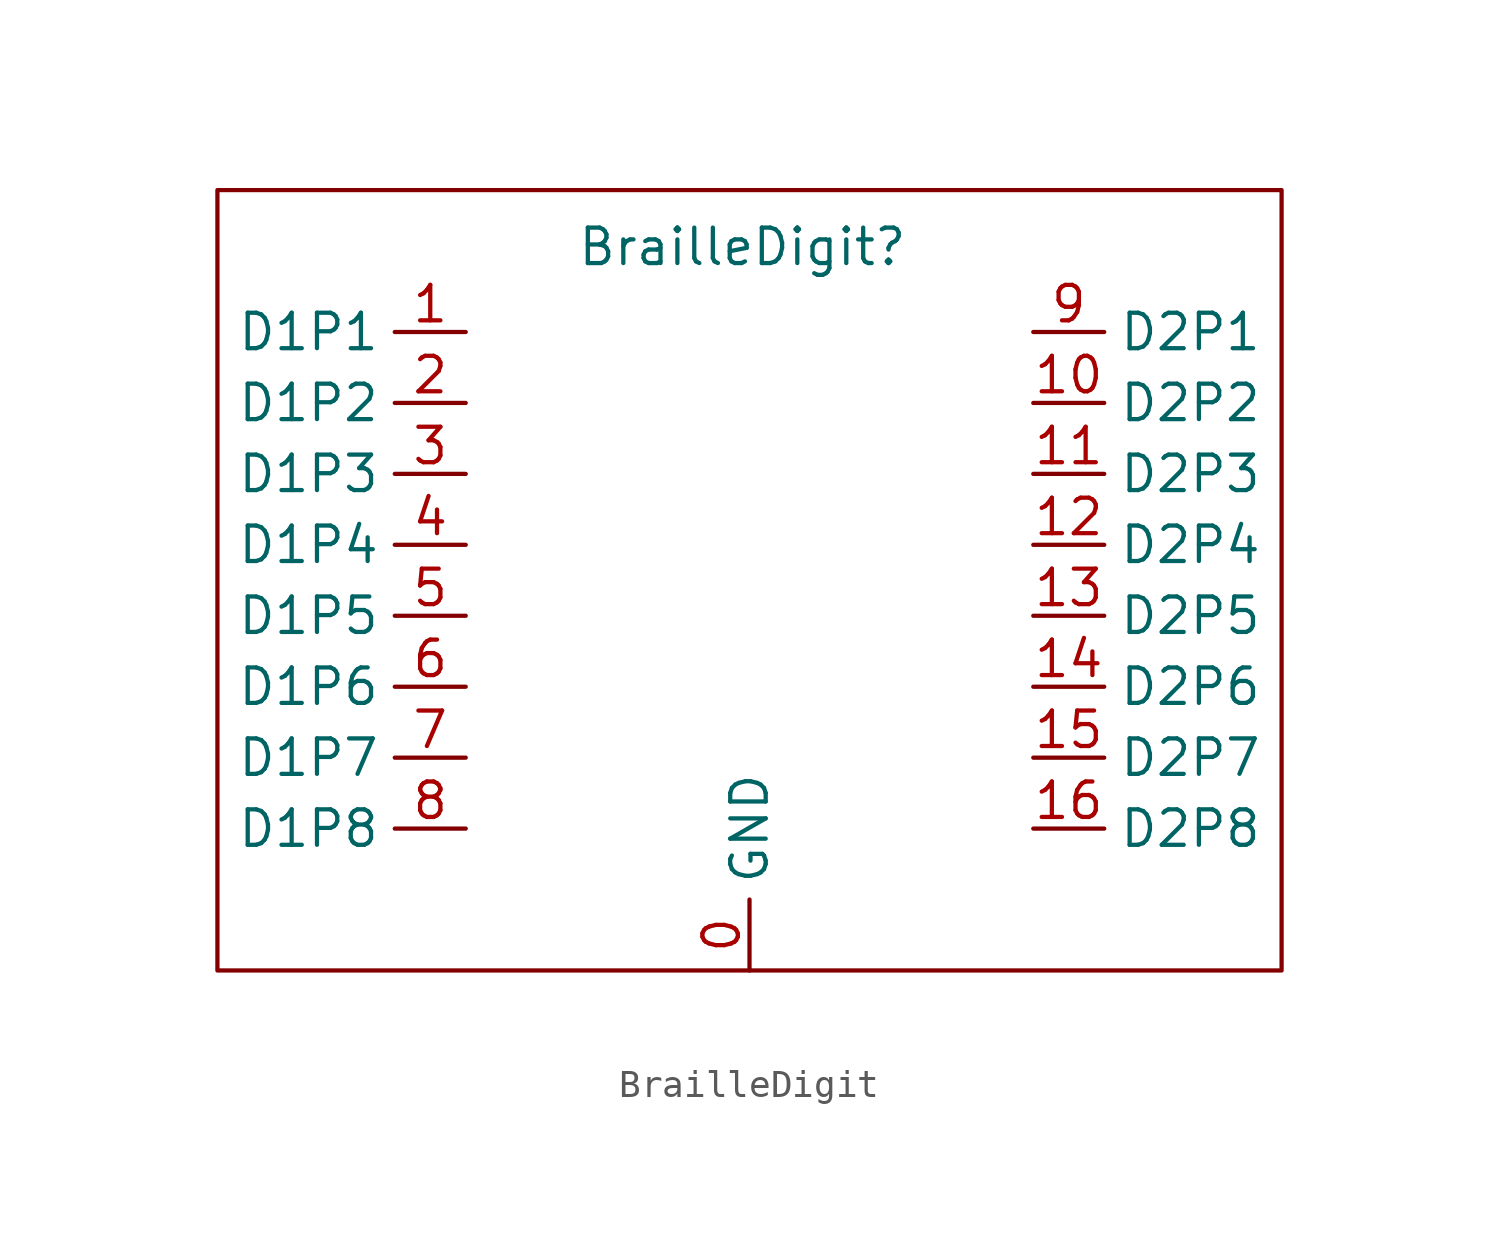
<source format=kicad_sym>
(kicad_symbol_lib
  (version 20231120)
  (generator "kicad_symbol_editor")
  (generator_version "8.0")
  (symbol "BrailleDigit"
    (property "Reference" "BrailleDigit"
      (at 3.556 3.048 0)
      (effects (font (size 1.27 1.27))))
    (property "Value" ""
      (at -2.54 -2.54 90)
      (effects (font (size 1.27 1.27))))
    (symbol "BrailleDigit_0_1"
      (rectangle (start -15.24 5.08) (end 22.86 -22.86) (stroke (width 0) (type default)) (fill (type none))))
    (symbol "BrailleDigit_1_1"
      (pin passive line (at 3.81 -22.86 90) (length 2.54) (name "GND" (effects (font (size 1.27 1.27)))) (number "0" (effects (font (size 1.27 1.27)))))
      (pin passive line (at -6.35 0 180) (length 2.54) (name "D1P1" (effects (font (size 1.27 1.27)))) (number "1" (effects (font (size 1.27 1.27)))))
      (pin passive line (at 13.97 -2.54 0) (length 2.54) (name "D2P2" (effects (font (size 1.27 1.27)))) (number "10" (effects (font (size 1.27 1.27)))))
      (pin passive line (at 13.97 -5.08 0) (length 2.54) (name "D2P3" (effects (font (size 1.27 1.27)))) (number "11" (effects (font (size 1.27 1.27)))))
      (pin passive line (at 13.97 -7.62 0) (length 2.54) (name "D2P4" (effects (font (size 1.27 1.27)))) (number "12" (effects (font (size 1.27 1.27)))))
      (pin passive line (at 13.97 -10.16 0) (length 2.54) (name "D2P5" (effects (font (size 1.27 1.27)))) (number "13" (effects (font (size 1.27 1.27)))))
      (pin passive line (at 13.97 -12.7 0) (length 2.54) (name "D2P6" (effects (font (size 1.27 1.27)))) (number "14" (effects (font (size 1.27 1.27)))))
      (pin passive line (at 13.97 -15.24 0) (length 2.54) (name "D2P7" (effects (font (size 1.27 1.27)))) (number "15" (effects (font (size 1.27 1.27)))))
      (pin passive line (at 13.97 -17.78 0) (length 2.54) (name "D2P8" (effects (font (size 1.27 1.27)))) (number "16" (effects (font (size 1.27 1.27)))))
      (pin passive line (at -6.35 -2.54 180) (length 2.54) (name "D1P2" (effects (font (size 1.27 1.27)))) (number "2" (effects (font (size 1.27 1.27)))))
      (pin passive line (at -6.35 -5.08 180) (length 2.54) (name "D1P3" (effects (font (size 1.27 1.27)))) (number "3" (effects (font (size 1.27 1.27)))))
      (pin passive line (at -6.35 -7.62 180) (length 2.54) (name "D1P4" (effects (font (size 1.27 1.27)))) (number "4" (effects (font (size 1.27 1.27)))))
      (pin passive line (at -6.35 -10.16 180) (length 2.54) (name "D1P5" (effects (font (size 1.27 1.27)))) (number "5" (effects (font (size 1.27 1.27)))))
      (pin passive line (at -6.35 -12.7 180) (length 2.54) (name "D1P6" (effects (font (size 1.27 1.27)))) (number "6" (effects (font (size 1.27 1.27)))))
      (pin passive line (at -6.35 -15.24 180) (length 2.54) (name "D1P7" (effects (font (size 1.27 1.27)))) (number "7" (effects (font (size 1.27 1.27)))))
      (pin passive line (at -6.35 -17.78 180) (length 2.54) (name "D1P8" (effects (font (size 1.27 1.27)))) (number "8" (effects (font (size 1.27 1.27)))))
      (pin passive line (at 13.97 0 0) (length 2.54) (name "D2P1" (effects (font (size 1.27 1.27)))) (number "9" (effects (font (size 1.27 1.27))))))))
</source>
